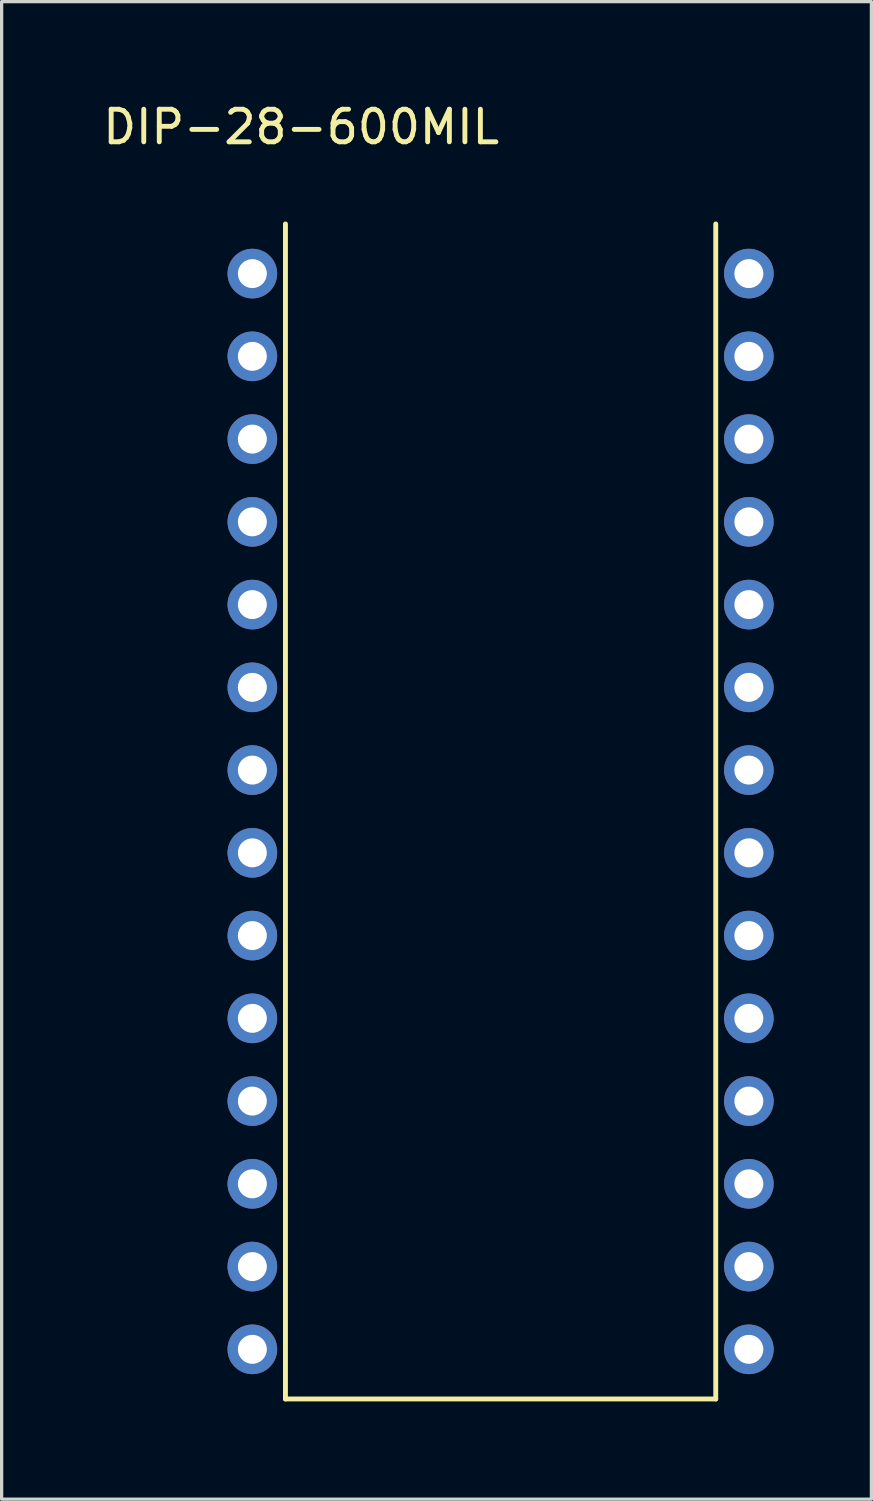
<source format=kicad_pcb>
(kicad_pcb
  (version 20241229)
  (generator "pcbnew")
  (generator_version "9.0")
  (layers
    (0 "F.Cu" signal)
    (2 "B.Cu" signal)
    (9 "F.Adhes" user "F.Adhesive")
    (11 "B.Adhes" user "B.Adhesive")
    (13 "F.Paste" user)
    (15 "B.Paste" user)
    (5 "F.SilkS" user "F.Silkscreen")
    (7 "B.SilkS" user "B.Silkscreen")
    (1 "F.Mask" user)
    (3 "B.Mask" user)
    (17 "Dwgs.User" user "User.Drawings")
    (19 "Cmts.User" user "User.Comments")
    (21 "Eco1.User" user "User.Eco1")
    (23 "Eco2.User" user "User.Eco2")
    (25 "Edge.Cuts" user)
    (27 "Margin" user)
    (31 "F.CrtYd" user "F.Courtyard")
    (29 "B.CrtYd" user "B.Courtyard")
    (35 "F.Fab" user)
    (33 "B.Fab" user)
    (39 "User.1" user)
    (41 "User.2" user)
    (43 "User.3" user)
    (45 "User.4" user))
  (footprint "DIP-28-600MIL"
    (layer "F.Cu")
    (at 4.696 5.348)
    (property "Reference" "DIP-28-600MIL" (at 1.5 -4.5 0) (layer "F.SilkS") (effects (font (size 1 1) (thickness 0.15))))
    (attr through_hole)
    (fp_line (start 1.016 -1.524) (end 1.016 34.544) (stroke (width 0.15) (type solid)) (layer "F.SilkS"))
    (fp_line (start 1.016 34.544) (end 14.224 34.544) (stroke (width 0.15) (type solid)) (layer "F.SilkS"))
    (fp_line (start 14.224 34.544) (end 14.224 -1.524) (stroke (width 0.15) (type solid)) (layer "F.SilkS"))
    (pad "1" thru_hole circle (at 0 0) (size 1.524 1.524) (drill 0.889) (layers "*.Cu" "*.Mask"))
    (pad "2" thru_hole circle (at 0 2.54) (size 1.524 1.524) (drill 0.889) (layers "*.Cu" "*.Mask"))
    (pad "3" thru_hole circle (at 0 5.08) (size 1.524 1.524) (drill 0.889) (layers "*.Cu" "*.Mask"))
    (pad "4" thru_hole circle (at 0 7.62) (size 1.524 1.524) (drill 0.889) (layers "*.Cu" "*.Mask"))
    (pad "5" thru_hole circle (at 0 10.16) (size 1.524 1.524) (drill 0.889) (layers "*.Cu" "*.Mask"))
    (pad "6" thru_hole circle (at 0 12.7) (size 1.524 1.524) (drill 0.889) (layers "*.Cu" "*.Mask"))
    (pad "7" thru_hole circle (at 0 15.24) (size 1.524 1.524) (drill 0.889) (layers "*.Cu" "*.Mask"))
    (pad "8" thru_hole circle (at 0 17.78) (size 1.524 1.524) (drill 0.889) (layers "*.Cu" "*.Mask"))
    (pad "9" thru_hole circle (at 0 20.32) (size 1.524 1.524) (drill 0.889) (layers "*.Cu" "*.Mask"))
    (pad "10" thru_hole circle (at 0 22.86) (size 1.524 1.524) (drill 0.889) (layers "*.Cu" "*.Mask"))
    (pad "11" thru_hole circle (at 0 25.4) (size 1.524 1.524) (drill 0.889) (layers "*.Cu" "*.Mask"))
    (pad "12" thru_hole circle (at 0 27.94) (size 1.524 1.524) (drill 0.889) (layers "*.Cu" "*.Mask"))
    (pad "13" thru_hole circle (at 0 30.48) (size 1.524 1.524) (drill 0.889) (layers "*.Cu" "*.Mask"))
    (pad "14" thru_hole circle (at 0 33.02) (size 1.524 1.524) (drill 0.889) (layers "*.Cu" "*.Mask"))
    (pad "15" thru_hole circle (at 15.24 33.02) (size 1.524 1.524) (drill 0.889) (layers "*.Cu" "*.Mask"))
    (pad "16" thru_hole circle (at 15.24 30.48) (size 1.524 1.524) (drill 0.889) (layers "*.Cu" "*.Mask"))
    (pad "17" thru_hole circle (at 15.24 27.94) (size 1.524 1.524) (drill 0.889) (layers "*.Cu" "*.Mask"))
    (pad "18" thru_hole circle (at 15.24 25.4) (size 1.524 1.524) (drill 0.889) (layers "*.Cu" "*.Mask"))
    (pad "19" thru_hole circle (at 15.24 22.86) (size 1.524 1.524) (drill 0.889) (layers "*.Cu" "*.Mask"))
    (pad "20" thru_hole circle (at 15.24 20.32) (size 1.524 1.524) (drill 0.889) (layers "*.Cu" "*.Mask"))
    (pad "21" thru_hole circle (at 15.24 17.78) (size 1.524 1.524) (drill 0.889) (layers "*.Cu" "*.Mask"))
    (pad "22" thru_hole circle (at 15.24 15.24) (size 1.524 1.524) (drill 0.889) (layers "*.Cu" "*.Mask"))
    (pad "23" thru_hole circle (at 15.24 12.7) (size 1.524 1.524) (drill 0.889) (layers "*.Cu" "*.Mask"))
    (pad "24" thru_hole circle (at 15.24 10.16) (size 1.524 1.524) (drill 0.889) (layers "*.Cu" "*.Mask"))
    (pad "25" thru_hole circle (at 15.24 7.62) (size 1.524 1.524) (drill 0.889) (layers "*.Cu" "*.Mask"))
    (pad "26" thru_hole circle (at 15.24 5.08) (size 1.524 1.524) (drill 0.889) (layers "*.Cu" "*.Mask"))
    (pad "27" thru_hole circle (at 15.24 2.54) (size 1.524 1.524) (drill 0.889) (layers "*.Cu" "*.Mask"))
    (pad "28" thru_hole circle (at 15.24 0) (size 1.524 1.524) (drill 0.889) (layers "*.Cu" "*.Mask")))
  (gr_rect
    (start -3 -3)
    (end 23.698 42.967)
    (stroke (width 0.1) (type default))
    (fill no)
    (layer "Edge.Cuts")))
</source>
